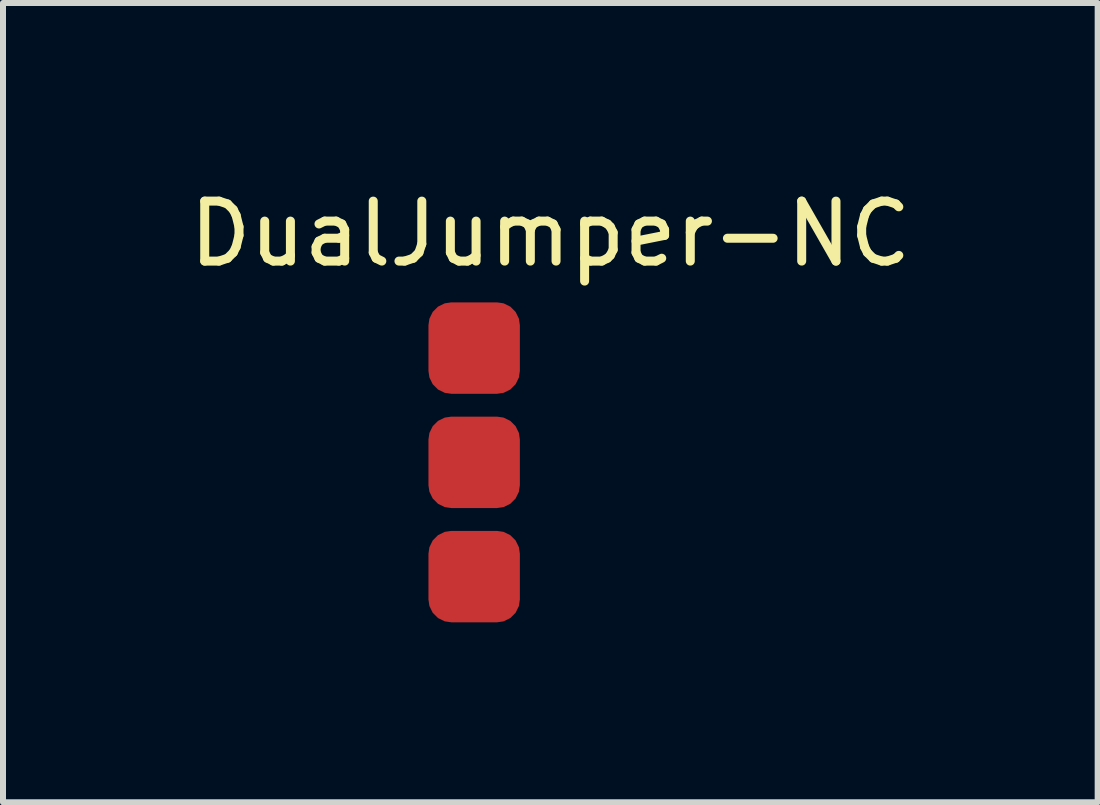
<source format=kicad_pcb>
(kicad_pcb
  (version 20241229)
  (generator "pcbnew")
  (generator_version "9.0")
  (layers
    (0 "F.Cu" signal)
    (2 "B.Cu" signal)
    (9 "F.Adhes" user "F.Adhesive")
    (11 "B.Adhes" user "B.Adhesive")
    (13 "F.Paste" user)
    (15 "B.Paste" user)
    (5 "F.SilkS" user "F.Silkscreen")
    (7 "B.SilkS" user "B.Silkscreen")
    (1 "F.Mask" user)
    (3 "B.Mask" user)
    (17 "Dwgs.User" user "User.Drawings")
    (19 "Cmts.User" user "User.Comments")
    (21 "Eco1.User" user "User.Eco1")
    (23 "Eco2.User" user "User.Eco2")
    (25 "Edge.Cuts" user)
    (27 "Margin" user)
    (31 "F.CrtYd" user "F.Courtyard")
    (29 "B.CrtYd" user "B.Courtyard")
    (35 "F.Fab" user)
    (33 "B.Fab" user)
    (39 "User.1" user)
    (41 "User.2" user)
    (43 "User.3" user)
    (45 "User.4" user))
  (footprint "DualJumper-NC"
    (layer "F.Cu")
    (at 4.22 2.118)
    (property "Reference" "DualJumper-NC" (at 1.905 -1.27 0) (layer "F.SilkS") (effects (font (size 1 1) (thickness 0.15))))
    (attr through_hole)
    (pad "1" smd roundrect (at 0.635 0.635) (size 1.524 1.524) (layers "F.Cu" "F.Mask" "F.Paste") (roundrect_rratio 0.25))
    (pad "2" smd roundrect (at 0.635 2.54) (size 1.524 1.524) (layers "F.Cu" "F.Mask" "F.Paste") (roundrect_rratio 0.25))
    (pad "3" smd roundrect (at 0.635 4.445) (size 1.524 1.524) (layers "F.Cu" "F.Mask" "F.Paste") (roundrect_rratio 0.25)))
  (gr_rect
    (start -3 -3)
    (end 15.25 10.325)
    (stroke (width 0.1) (type default))
    (fill no)
    (layer "Edge.Cuts")))
</source>
